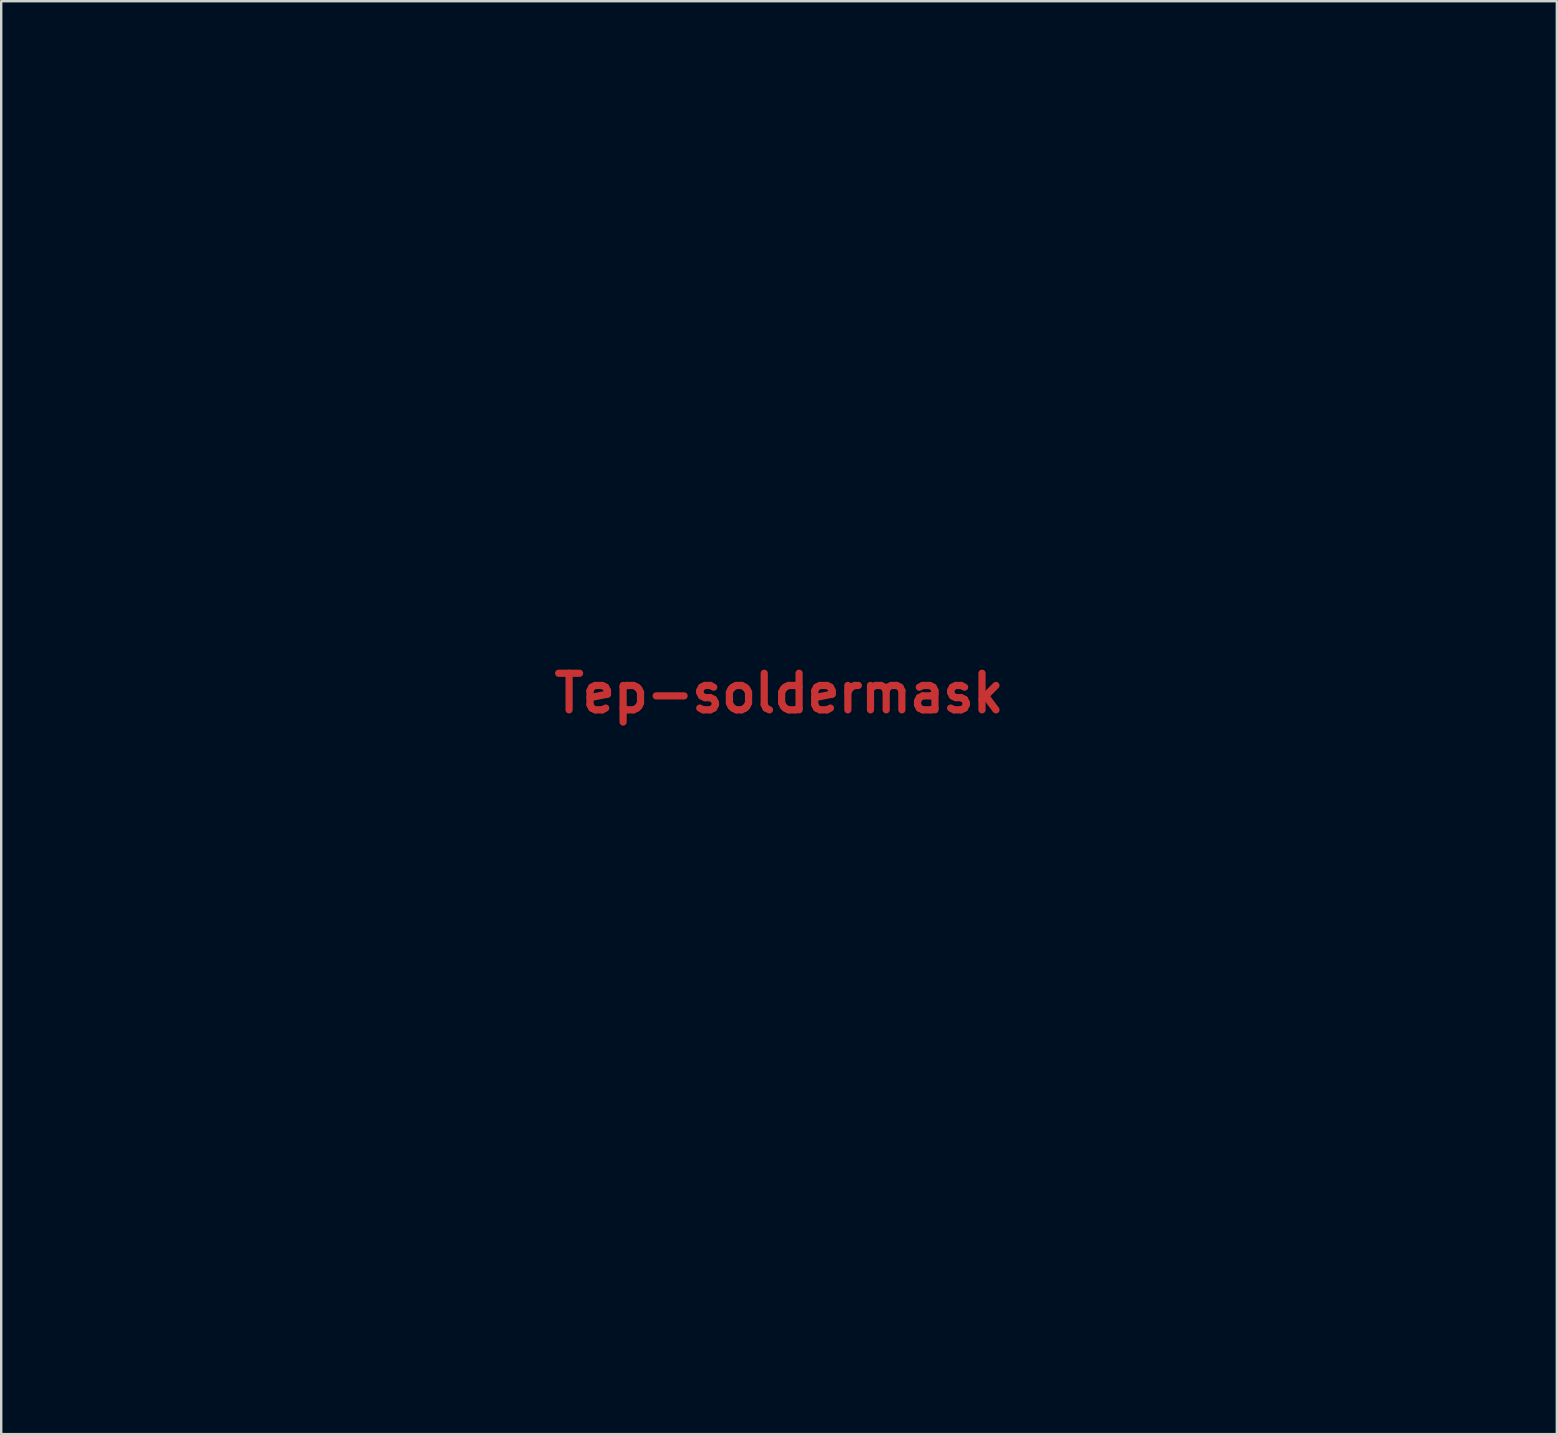
<source format=kicad_pcb>
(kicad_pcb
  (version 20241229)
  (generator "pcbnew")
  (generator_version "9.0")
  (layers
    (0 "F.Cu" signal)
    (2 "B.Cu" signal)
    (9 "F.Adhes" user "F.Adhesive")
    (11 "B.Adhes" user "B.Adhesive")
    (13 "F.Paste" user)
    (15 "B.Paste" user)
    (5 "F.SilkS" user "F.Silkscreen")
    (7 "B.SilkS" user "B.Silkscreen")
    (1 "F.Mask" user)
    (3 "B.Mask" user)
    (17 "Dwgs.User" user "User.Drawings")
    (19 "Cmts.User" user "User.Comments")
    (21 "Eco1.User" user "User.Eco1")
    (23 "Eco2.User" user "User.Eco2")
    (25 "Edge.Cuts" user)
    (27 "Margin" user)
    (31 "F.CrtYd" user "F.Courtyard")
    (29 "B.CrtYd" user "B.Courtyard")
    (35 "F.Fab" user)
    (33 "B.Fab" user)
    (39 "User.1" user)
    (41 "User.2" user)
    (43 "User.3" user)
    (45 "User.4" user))
  (footprint "Tep-soldermask"
    (layer "F.Cu")
    (at 29.4 25.828)
    (property "Reference" "Tep-soldermask" (at 0 0 0) (layer "F.Cu") (effects (font (size 1.524 1.524) (thickness 0.3))))
    (attr through_hole)
    (fp_poly (pts (xy 5.503 5.821) (xy 5.397 5.927) (xy 5.292 5.821) (xy 5.397 5.715) (xy 5.503 5.821)) (stroke (width 0.01) (type solid)) (fill yes) (layer "F.Mask"))
    (fp_poly (pts (xy -5.151 5.786) (xy -5.18 5.911) (xy -5.292 5.927) (xy -5.466 5.849) (xy -5.433 5.786) (xy -5.182 5.76) (xy -5.151 5.786)) (stroke (width 0.01) (type solid)) (fill yes) (layer "F.Mask"))
    (fp_poly (pts (xy 12.585 -4.584) (xy 12.847 -4.42) (xy 12.857 -4.168) (xy 12.594 -3.75) (xy 12.292 -3.379) (xy 11.673 -2.646) (xy 11.88 -3.592) (xy 12.036 -4.248) (xy 12.169 -4.574) (xy 12.34 -4.654) (xy 12.585 -4.584)) (stroke (width 0.01) (type solid)) (fill yes) (layer "F.Mask"))
    (fp_poly (pts (xy -12.085 -4.263) (xy -11.923 -3.789) (xy -11.857 -3.509) (xy -11.771 -2.957) (xy -11.849 -2.791) (xy -12.096 -3.011) (xy -12.44 -3.5) (xy -12.725 -3.98) (xy -12.774 -4.232) (xy -12.605 -4.364) (xy -12.59 -4.37) (xy -12.284 -4.43) (xy -12.085 -4.263)) (stroke (width 0.01) (type solid)) (fill yes) (layer "F.Mask"))
    (fp_poly (pts (xy 11.356 -4.406) (xy 11.337 -4.249) (xy 11 -3.847) (xy 10.358 -3.215) (xy 9.429 -2.368) (xy 8.968 -1.962) (xy 6.244 0.414) (xy 2.011 0.405) (xy 2.963 -0.446) (xy 4.534 -1.718) (xy 6.116 -2.714) (xy 7.042 -3.181) (xy 7.935 -3.554) (xy 8.913 -3.896) (xy 9.867 -4.175) (xy 10.685 -4.359) (xy 11.256 -4.417) (xy 11.356 -4.406)) (stroke (width 0.01) (type solid)) (fill yes) (layer "F.Mask"))
    (fp_poly (pts (xy 10.502 -24.816) (xy 12.097 -23.571) (xy 13.638 -22.059) (xy 15.018 -20.402) (xy 16.13 -18.717) (xy 16.369 -18.275) (xy 16.713 -17.607) (xy 16.051 -17.376) (xy 15.446 -17.189) (xy 15.138 -17.18) (xy 15.034 -17.355) (xy 15.028 -17.456) (xy 14.92 -17.937) (xy 14.626 -18.671) (xy 14.197 -19.558) (xy 13.68 -20.498) (xy 13.124 -21.39) (xy 13.107 -21.415) (xy 12.527 -22.192) (xy 11.768 -23.094) (xy 10.966 -23.963) (xy 10.707 -24.223) (xy 9.207 -25.692) (xy 10.502 -24.816)) (stroke (width 0.01) (type solid)) (fill yes) (layer "F.Mask"))
    (fp_poly (pts (xy -9.737 -25.051) (xy -11.29 -23.583) (xy -12.727 -21.826) (xy -12.936 -21.532) (xy -13.422 -20.775) (xy -13.919 -19.909) (xy -14.378 -19.034) (xy -14.748 -18.25) (xy -14.978 -17.655) (xy -15.028 -17.41) (xy -15.172 -17.183) (xy -15.616 -17.223) (xy -16.14 -17.419) (xy -16.722 -17.674) (xy -15.843 -19.156) (xy -15.262 -20.001) (xy -14.465 -20.983) (xy -13.528 -22.022) (xy -12.53 -23.038) (xy -11.55 -23.952) (xy -10.664 -24.684) (xy -9.951 -25.155) (xy -9.948 -25.156) (xy -8.996 -25.654) (xy -9.737 -25.051)) (stroke (width 0.01) (type solid)) (fill yes) (layer "F.Mask"))
    (fp_poly (pts (xy -10.694 -4.305) (xy -9.901 -4.092) (xy -8.987 -3.803) (xy -8.041 -3.468) (xy -7.153 -3.114) (xy -6.413 -2.77) (xy -6.401 -2.764) (xy -5.566 -2.29) (xy -4.686 -1.725) (xy -3.842 -1.131) (xy -3.119 -0.568) (xy -2.597 -0.098) (xy -2.364 0.213) (xy -2.528 0.315) (xy -3.068 0.382) (xy -3.941 0.41) (xy -4.269 0.409) (xy -6.244 0.395) (xy -8.945 -1.952) (xy -9.829 -2.729) (xy -10.58 -3.409) (xy -11.149 -3.944) (xy -11.485 -4.287) (xy -11.554 -4.391) (xy -11.275 -4.414) (xy -10.694 -4.305)) (stroke (width 0.01) (type solid)) (fill yes) (layer "F.Mask"))
    (fp_poly (pts (xy 1.423 6.932) (xy 1.596 7.76) (xy 1.718 8.879) (xy 1.786 10.169) (xy 1.8 11.509) (xy 1.757 12.779) (xy 1.657 13.856) (xy 1.519 14.552) (xy 1.254 15.452) (xy 0.105 15.452) (xy -0.613 15.419) (xy -1.029 15.297) (xy -1.257 15.053) (xy -1.261 15.045) (xy -1.382 14.664) (xy -1.525 13.979) (xy -1.667 13.106) (xy -1.734 12.613) (xy -1.847 10.93) (xy -1.787 9.203) (xy -1.566 7.587) (xy -1.247 6.374) (xy -1.073 5.977) (xy -0.826 5.783) (xy -0.368 5.72) (xy 0.015 5.715) (xy 1.047 5.715) (xy 1.423 6.932)) (stroke (width 0.01) (type solid)) (fill yes) (layer "F.Mask"))
    (fp_poly (pts (xy -1.745 7.25) (xy -1.928 8.054) (xy -2.034 8.831) (xy -2.071 9.713) (xy -2.05 10.834) (xy -2.03 11.324) (xy -1.972 12.404) (xy -1.905 13.405) (xy -1.836 14.208) (xy -1.781 14.658) (xy -1.647 15.452) (xy -2.716 15.452) (xy -3.346 15.423) (xy -3.778 15.349) (xy -3.881 15.293) (xy -3.902 15.012) (xy -3.853 14.455) (xy -3.783 13.97) (xy -3.673 12.232) (xy -3.876 10.321) (xy -4.378 8.336) (xy -4.703 7.432) (xy -4.948 6.786) (xy -5.038 6.413) (xy -4.977 6.195) (xy -4.771 6.012) (xy -4.758 6.003) (xy -4.28 5.83) (xy -3.469 5.732) (xy -2.855 5.715) (xy -1.345 5.715) (xy -1.745 7.25)) (stroke (width 0.01) (type solid)) (fill yes) (layer "F.Mask"))
    (fp_poly (pts (xy -8.103 -25.683) (xy -8.432 -25.308) (xy -8.93 -24.77) (xy -9.14 -24.547) (xy -10.142 -23.309) (xy -11.027 -21.863) (xy -11.744 -20.321) (xy -12.244 -18.794) (xy -12.476 -17.395) (xy -12.486 -17.092) (xy -12.515 -16.613) (xy -12.655 -16.379) (xy -12.989 -16.363) (xy -13.601 -16.54) (xy -13.917 -16.65) (xy -14.457 -16.891) (xy -14.778 -17.131) (xy -14.816 -17.216) (xy -14.713 -17.607) (xy -14.438 -18.259) (xy -14.041 -19.072) (xy -13.571 -19.948) (xy -13.081 -20.787) (xy -12.737 -21.32) (xy -12.223 -21.993) (xy -11.55 -22.761) (xy -10.785 -23.56) (xy -9.994 -24.326) (xy -9.247 -24.995) (xy -8.608 -25.503) (xy -8.146 -25.786) (xy -8.005 -25.823) (xy -8.103 -25.683)) (stroke (width 0.01) (type solid)) (fill yes) (layer "F.Mask"))
    (fp_poly (pts (xy 11.746 -9.442) (xy 11.951 -9.049) (xy 12.033 -8.642) (xy 12.158 -7.988) (xy 12.305 -7.199) (xy 12.453 -6.388) (xy 12.582 -5.668) (xy 12.671 -5.15) (xy 12.7 -4.951) (xy 12.515 -4.893) (xy 12.063 -4.862) (xy 12.012 -4.861) (xy 10.49 -4.683) (xy 8.804 -4.207) (xy 7.041 -3.474) (xy 5.293 -2.524) (xy 3.649 -1.398) (xy 2.84 -0.734) (xy 2.062 -0.094) (xy 1.476 0.273) (xy 0.998 0.416) (xy 0.867 0.423) (xy 0.212 0.423) (xy 0.212 -3.175) (xy 0.836 -3.175) (xy 2.375 -3.353) (xy 4.026 -3.852) (xy 5.702 -4.624) (xy 7.314 -5.616) (xy 8.774 -6.78) (xy 9.992 -8.065) (xy 10.387 -8.595) (xy 10.914 -9.217) (xy 11.382 -9.504) (xy 11.746 -9.442)) (stroke (width 0.01) (type solid)) (fill yes) (layer "F.Mask"))
    (fp_poly (pts (xy 3.535 5.751) (xy 4.181 5.826) (xy 4.635 5.935) (xy 4.734 5.985) (xy 4.894 6.135) (xy 4.959 6.341) (xy 4.918 6.687) (xy 4.76 7.256) (xy 4.475 8.132) (xy 4.432 8.26) (xy 4.102 9.304) (xy 3.904 10.143) (xy 3.806 10.965) (xy 3.78 11.957) (xy 3.783 12.382) (xy 3.798 13.33) (xy 3.82 14.154) (xy 3.845 14.737) (xy 3.86 14.922) (xy 3.842 15.171) (xy 3.638 15.311) (xy 3.155 15.385) (xy 2.776 15.411) (xy 1.636 15.476) (xy 1.781 14.776) (xy 2.092 12.683) (xy 2.18 10.568) (xy 2.048 8.559) (xy 1.696 6.784) (xy 1.693 6.772) (xy 1.553 6.242) (xy 1.483 5.9) (xy 1.482 5.875) (xy 1.671 5.772) (xy 2.158 5.72) (xy 2.82 5.715) (xy 3.535 5.751)) (stroke (width 0.01) (type solid)) (fill yes) (layer "F.Mask"))
    (fp_poly (pts (xy 8.372 -25.658) (xy 8.894 -25.298) (xy 9.601 -24.696) (xy 10.407 -23.937) (xy 11.227 -23.106) (xy 11.975 -22.286) (xy 12.566 -21.563) (xy 12.727 -21.339) (xy 13.204 -20.585) (xy 13.696 -19.722) (xy 14.153 -18.851) (xy 14.524 -18.07) (xy 14.759 -17.477) (xy 14.816 -17.218) (xy 14.634 -17.014) (xy 14.167 -16.767) (xy 13.826 -16.636) (xy 13.205 -16.423) (xy 12.876 -16.334) (xy 12.73 -16.368) (xy 12.656 -16.525) (xy 12.617 -16.633) (xy 12.523 -17.08) (xy 12.486 -17.639) (xy 12.394 -18.288) (xy 12.152 -19.188) (xy 11.805 -20.216) (xy 11.396 -21.248) (xy 10.972 -22.158) (xy 10.697 -22.642) (xy 10.23 -23.297) (xy 9.606 -24.073) (xy 9.017 -24.737) (xy 8.564 -25.246) (xy 8.32 -25.578) (xy 8.323 -25.678) (xy 8.372 -25.658)) (stroke (width 0.01) (type solid)) (fill yes) (layer "F.Mask"))
    (fp_poly (pts (xy -10.921 -9.333) (xy -10.445 -8.764) (xy -10.372 -8.647) (xy -9.46 -7.465) (xy -8.236 -6.327) (xy -6.794 -5.288) (xy -5.224 -4.399) (xy -3.621 -3.716) (xy -2.077 -3.292) (xy -0.908 -3.175) (xy -0.212 -3.175) (xy -0.212 0.423) (xy -1.048 0.423) (xy -1.659 0.351) (xy -2.029 0.166) (xy -2.053 0.132) (xy -2.437 -0.329) (xy -3.098 -0.926) (xy -3.944 -1.589) (xy -4.881 -2.249) (xy -5.817 -2.837) (xy -6.456 -3.183) (xy -7.545 -3.666) (xy -8.763 -4.111) (xy -9.989 -4.484) (xy -11.101 -4.747) (xy -11.977 -4.865) (xy -12.099 -4.868) (xy -12.53 -4.885) (xy -12.7 -4.922) (xy -12.663 -5.138) (xy -12.563 -5.683) (xy -12.415 -6.467) (xy -12.277 -7.197) (xy -12.104 -8.108) (xy -11.965 -8.849) (xy -11.877 -9.331) (xy -11.853 -9.472) (xy -11.673 -9.511) (xy -11.377 -9.519) (xy -10.921 -9.333)) (stroke (width 0.01) (type solid)) (fill yes) (layer "F.Mask"))
    (fp_poly (pts (xy 18.144 -13.555) (xy 18.279 -12.978) (xy 18.395 -12.077) (xy 18.487 -10.902) (xy 18.537 -9.842) (xy 18.61 -7.726) (xy 19.306 -7.327) (xy 21.818 -5.678) (xy 23.967 -3.815) (xy 25.76 -1.731) (xy 27.204 0.585) (xy 28.307 3.141) (xy 28.542 3.857) (xy 28.785 4.773) (xy 29.009 5.846) (xy 29.197 6.961) (xy 29.331 8.001) (xy 29.394 8.85) (xy 29.376 9.347) (xy 29.309 9.454) (xy 29.217 9.178) (xy 29.132 8.678) (xy 28.623 6.395) (xy 27.762 4.16) (xy 26.598 2.061) (xy 25.18 0.186) (xy 23.703 -1.256) (xy 21.875 -2.541) (xy 19.805 -3.59) (xy 17.617 -4.351) (xy 15.438 -4.771) (xy 15.249 -4.791) (xy 13.826 -4.923) (xy 14.756 -7.065) (xy 15.362 -8.44) (xy 15.963 -9.766) (xy 16.534 -10.988) (xy 17.047 -12.052) (xy 17.477 -12.904) (xy 17.796 -13.487) (xy 17.979 -13.749) (xy 17.998 -13.758) (xy 18.144 -13.555)) (stroke (width 0.01) (type solid)) (fill yes) (layer "F.Mask"))
    (fp_poly (pts (xy -3.14 20.547) (xy -2.368 20.589) (xy -1.858 20.651) (xy -1.693 20.719) (xy -1.852 20.993) (xy -2.279 21.45) (xy -2.899 22.026) (xy -3.636 22.657) (xy -4.417 23.278) (xy -5.165 23.825) (xy -5.728 24.188) (xy -7.516 25.09) (xy -9.352 25.699) (xy -11.352 26.047) (xy -13.018 26.157) (xy -14.352 26.173) (xy -15.398 26.128) (xy -16.29 26.011) (xy -17.039 25.843) (xy -17.862 25.609) (xy -18.731 25.33) (xy -19.556 25.039) (xy -20.25 24.77) (xy -20.725 24.554) (xy -20.893 24.424) (xy -20.888 24.416) (xy -20.664 24.431) (xy -20.132 24.538) (xy -19.395 24.715) (xy -19.138 24.781) (xy -17.011 25.124) (xy -14.834 25.051) (xy -12.628 24.567) (xy -10.978 23.938) (xy -10.136 23.486) (xy -9.153 22.847) (xy -8.174 22.128) (xy -7.345 21.432) (xy -7.001 21.091) (xy -6.759 20.849) (xy -6.505 20.689) (xy -6.15 20.595) (xy -5.605 20.548) (xy -4.78 20.533) (xy -4.091 20.532) (xy -3.14 20.547)) (stroke (width 0.01) (type solid)) (fill yes) (layer "F.Mask"))
    (fp_poly (pts (xy 14.845 -4.548) (xy 15.53 -4.461) (xy 18.071 -3.925) (xy 20.405 -3.03) (xy 22.51 -1.795) (xy 24.361 -0.235) (xy 25.937 1.631) (xy 27.215 3.787) (xy 27.664 4.792) (xy 28.013 5.757) (xy 28.339 6.852) (xy 28.619 7.976) (xy 28.83 9.025) (xy 28.95 9.896) (xy 28.955 10.486) (xy 28.945 10.542) (xy 28.866 10.579) (xy 28.758 10.268) (xy 28.699 9.988) (xy 28.161 8.103) (xy 27.266 6.249) (xy 26.077 4.516) (xy 24.658 2.993) (xy 23.071 1.768) (xy 22.779 1.59) (xy 20.915 0.704) (xy 18.916 0.119) (xy 16.867 -0.156) (xy 14.853 -0.113) (xy 12.96 0.254) (xy 11.906 0.638) (xy 11.406 0.844) (xy 11.121 0.879) (xy 11.019 0.681) (xy 11.069 0.191) (xy 11.242 -0.652) (xy 11.243 -0.658) (xy 11.713 -1.901) (xy 12.354 -2.857) (xy 12.842 -3.484) (xy 13.242 -4.026) (xy 13.447 -4.331) (xy 13.585 -4.508) (xy 13.803 -4.599) (xy 14.193 -4.611) (xy 14.845 -4.548)) (stroke (width 0.01) (type solid)) (fill yes) (layer "F.Mask"))
    (fp_poly (pts (xy 5.133 20.536) (xy 5.841 20.561) (xy 6.303 20.624) (xy 6.609 20.741) (xy 6.848 20.93) (xy 7.001 21.091) (xy 8.257 22.23) (xy 9.819 23.28) (xy 11.571 24.172) (xy 13.018 24.72) (xy 13.925 24.912) (xy 15.109 25.024) (xy 16.429 25.058) (xy 17.746 25.013) (xy 18.92 24.89) (xy 19.781 24.699) (xy 20.384 24.52) (xy 20.798 24.429) (xy 20.904 24.432) (xy 20.772 24.544) (xy 20.326 24.747) (xy 19.661 25.009) (xy 18.866 25.297) (xy 18.034 25.576) (xy 17.257 25.813) (xy 16.771 25.942) (xy 15.595 26.128) (xy 14.166 26.211) (xy 12.638 26.194) (xy 11.167 26.078) (xy 9.91 25.866) (xy 9.842 25.849) (xy 7.626 25.12) (xy 5.547 24.083) (xy 4.928 23.692) (xy 4.339 23.258) (xy 3.666 22.703) (xy 2.986 22.1) (xy 2.379 21.523) (xy 1.925 21.044) (xy 1.703 20.738) (xy 1.693 20.698) (xy 1.891 20.632) (xy 2.428 20.578) (xy 3.219 20.543) (xy 4.091 20.532) (xy 5.133 20.536)) (stroke (width 0.01) (type solid)) (fill yes) (layer "F.Mask"))
    (fp_poly (pts (xy -16.902 -11.832) (xy -16.397 -10.762) (xy -15.885 -9.65) (xy -15.44 -8.655) (xy -15.222 -8.149) (xy -14.85 -7.296) (xy -14.475 -6.482) (xy -14.178 -5.885) (xy -14.178 -5.885) (xy -13.917 -5.373) (xy -13.77 -5.035) (xy -13.758 -4.985) (xy -13.947 -4.913) (xy -14.422 -4.87) (xy -14.658 -4.865) (xy -15.743 -4.766) (xy -17.069 -4.496) (xy -18.505 -4.086) (xy -19.658 -3.672) (xy -21.86 -2.582) (xy -23.823 -1.153) (xy -25.528 0.59) (xy -26.958 2.623) (xy -28.093 4.924) (xy -28.916 7.469) (xy -29.116 8.361) (xy -29.248 8.928) (xy -29.348 9.194) (xy -29.395 9.102) (xy -29.365 8.364) (xy -29.24 7.348) (xy -29.044 6.184) (xy -28.801 4.999) (xy -28.535 3.922) (xy -28.272 3.086) (xy -27.137 0.531) (xy -25.764 -1.705) (xy -24.107 -3.672) (xy -22.126 -5.423) (xy -20.002 -6.872) (xy -18.58 -7.738) (xy -18.527 -9.954) (xy -18.479 -10.998) (xy -18.393 -11.99) (xy -18.284 -12.787) (xy -18.216 -13.102) (xy -17.958 -14.034) (xy -16.902 -11.832)) (stroke (width 0.01) (type solid)) (fill yes) (layer "F.Mask"))
    (fp_poly (pts (xy -12.557 -3.194) (xy -11.785 -2.01) (xy -11.319 -0.962) (xy -11.2 -0.531) (xy -11.076 0.125) (xy -11.03 0.597) (xy -11.054 0.753) (xy -11.296 0.745) (xy -11.82 0.614) (xy -12.513 0.388) (xy -12.517 0.387) (xy -13.206 0.168) (xy -13.88 0.027) (xy -14.661 -0.052) (xy -15.673 -0.083) (xy -16.404 -0.085) (xy -18.083 -0.018) (xy -19.502 0.198) (xy -20.808 0.604) (xy -22.151 1.239) (xy -22.988 1.719) (xy -24.397 2.764) (xy -25.72 4.115) (xy -26.878 5.666) (xy -27.793 7.311) (xy -28.384 8.942) (xy -28.398 8.996) (xy -28.581 9.637) (xy -28.766 10.125) (xy -28.916 10.381) (xy -28.994 10.33) (xy -28.998 10.255) (xy -28.951 9.797) (xy -28.827 9.057) (xy -28.654 8.165) (xy -28.458 7.249) (xy -28.266 6.439) (xy -28.103 5.864) (xy -28.085 5.813) (xy -27.475 4.366) (xy -26.685 2.864) (xy -25.813 1.481) (xy -25.199 0.668) (xy -23.636 -0.9) (xy -21.771 -2.246) (xy -19.686 -3.331) (xy -17.463 -4.113) (xy -15.182 -4.549) (xy -14.922 -4.575) (xy -13.652 -4.689) (xy -12.557 -3.194)) (stroke (width 0.01) (type solid)) (fill yes) (layer "F.Mask"))
    (fp_poly (pts (xy 0.458 20.55) (xy 0.845 20.644) (xy 1.229 20.873) (xy 1.71 21.296) (xy 2.334 21.916) (xy 4.321 23.641) (xy 6.477 24.983) (xy 8.778 25.935) (xy 11.2 26.49) (xy 13.72 26.64) (xy 16.313 26.377) (xy 16.475 26.347) (xy 17.395 26.15) (xy 18.256 25.928) (xy 18.891 25.725) (xy 18.955 25.699) (xy 19.55 25.472) (xy 19.804 25.421) (xy 19.746 25.517) (xy 19.405 25.731) (xy 18.812 26.034) (xy 18.423 26.214) (xy 16.573 26.951) (xy 14.82 27.44) (xy 13.008 27.712) (xy 10.978 27.799) (xy 10.689 27.799) (xy 8.268 27.66) (xy 6.044 27.251) (xy 3.905 26.541) (xy 1.739 25.496) (xy 0.787 24.946) (xy 0.274 24.657) (xy -0.054 24.58) (xy -0.372 24.702) (xy -0.588 24.838) (xy -1.648 25.448) (xy -2.954 26.083) (xy -4.339 26.671) (xy -5.639 27.137) (xy -6.244 27.313) (xy -7.481 27.56) (xy -8.925 27.739) (xy -10.429 27.84) (xy -11.848 27.853) (xy -13.032 27.771) (xy -13.229 27.742) (xy -14.543 27.473) (xy -15.946 27.095) (xy -17.312 26.65) (xy -18.515 26.179) (xy -19.432 25.722) (xy -19.473 25.697) (xy -20.003 25.373) (xy -19.473 25.515) (xy -19.005 25.643) (xy -18.285 25.843) (xy -17.468 26.072) (xy -17.462 26.073) (xy -16.159 26.336) (xy -14.616 26.487) (xy -12.983 26.524) (xy -11.412 26.445) (xy -10.054 26.248) (xy -9.737 26.173) (xy -7.463 25.373) (xy -5.278 24.222) (xy -3.292 22.785) (xy -2.049 21.614) (xy -1.484 21.039) (xy -1.065 20.714) (xy -0.661 20.569) (xy -0.139 20.532) (xy -0.032 20.532) (xy 0.458 20.55)) (stroke (width 0.01) (type solid)) (fill yes) (layer "F.Mask")))
  (gr_rect
    (start -3 -3)
    (end 61.799 56.687)
    (stroke (width 0.1) (type default))
    (fill no)
    (layer "Edge.Cuts")))
</source>
